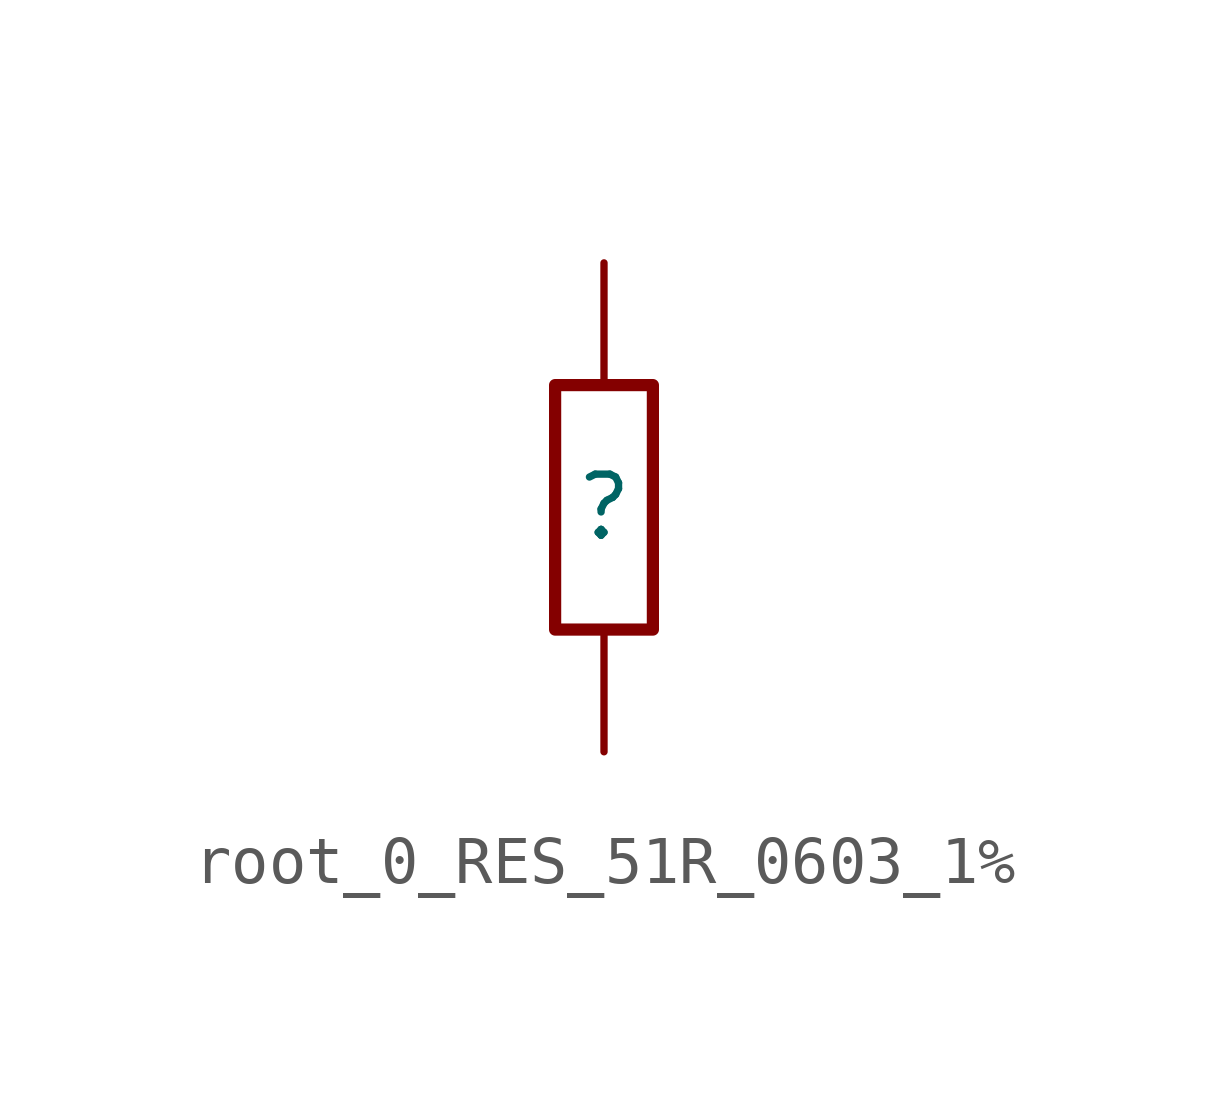
<source format=kicad_sym>
(kicad_symbol_lib
  (version 20220914)
  (generator kicad_symbol_editor)
  (symbol "root_0_RES_51R_0603_1%"
    (property "Reference" ""
      (at 0 0 0)
      (effects (font (size 1.27 1.27))))
    (property "Value" ""
      (at 0 0 0)
      (effects (font (size 1.27 1.27))))
    (symbol "root_0_RES_51R_0603_1%_1_0"
      (rectangle (start 1.016 2.54) (end -1.016 -2.54) (stroke (width 0.254) (type solid)) (fill (type none)))
      (pin passive line (at 0 5.08 270) (length 2.54) (name "1" (effects (font (size 0 0)))) (number "1" (effects (font (size 0 0)))))
      (pin passive line (at 0 -5.08 90) (length 2.54) (name "2" (effects (font (size 0 0)))) (number "2" (effects (font (size 0 0))))))))
</source>
